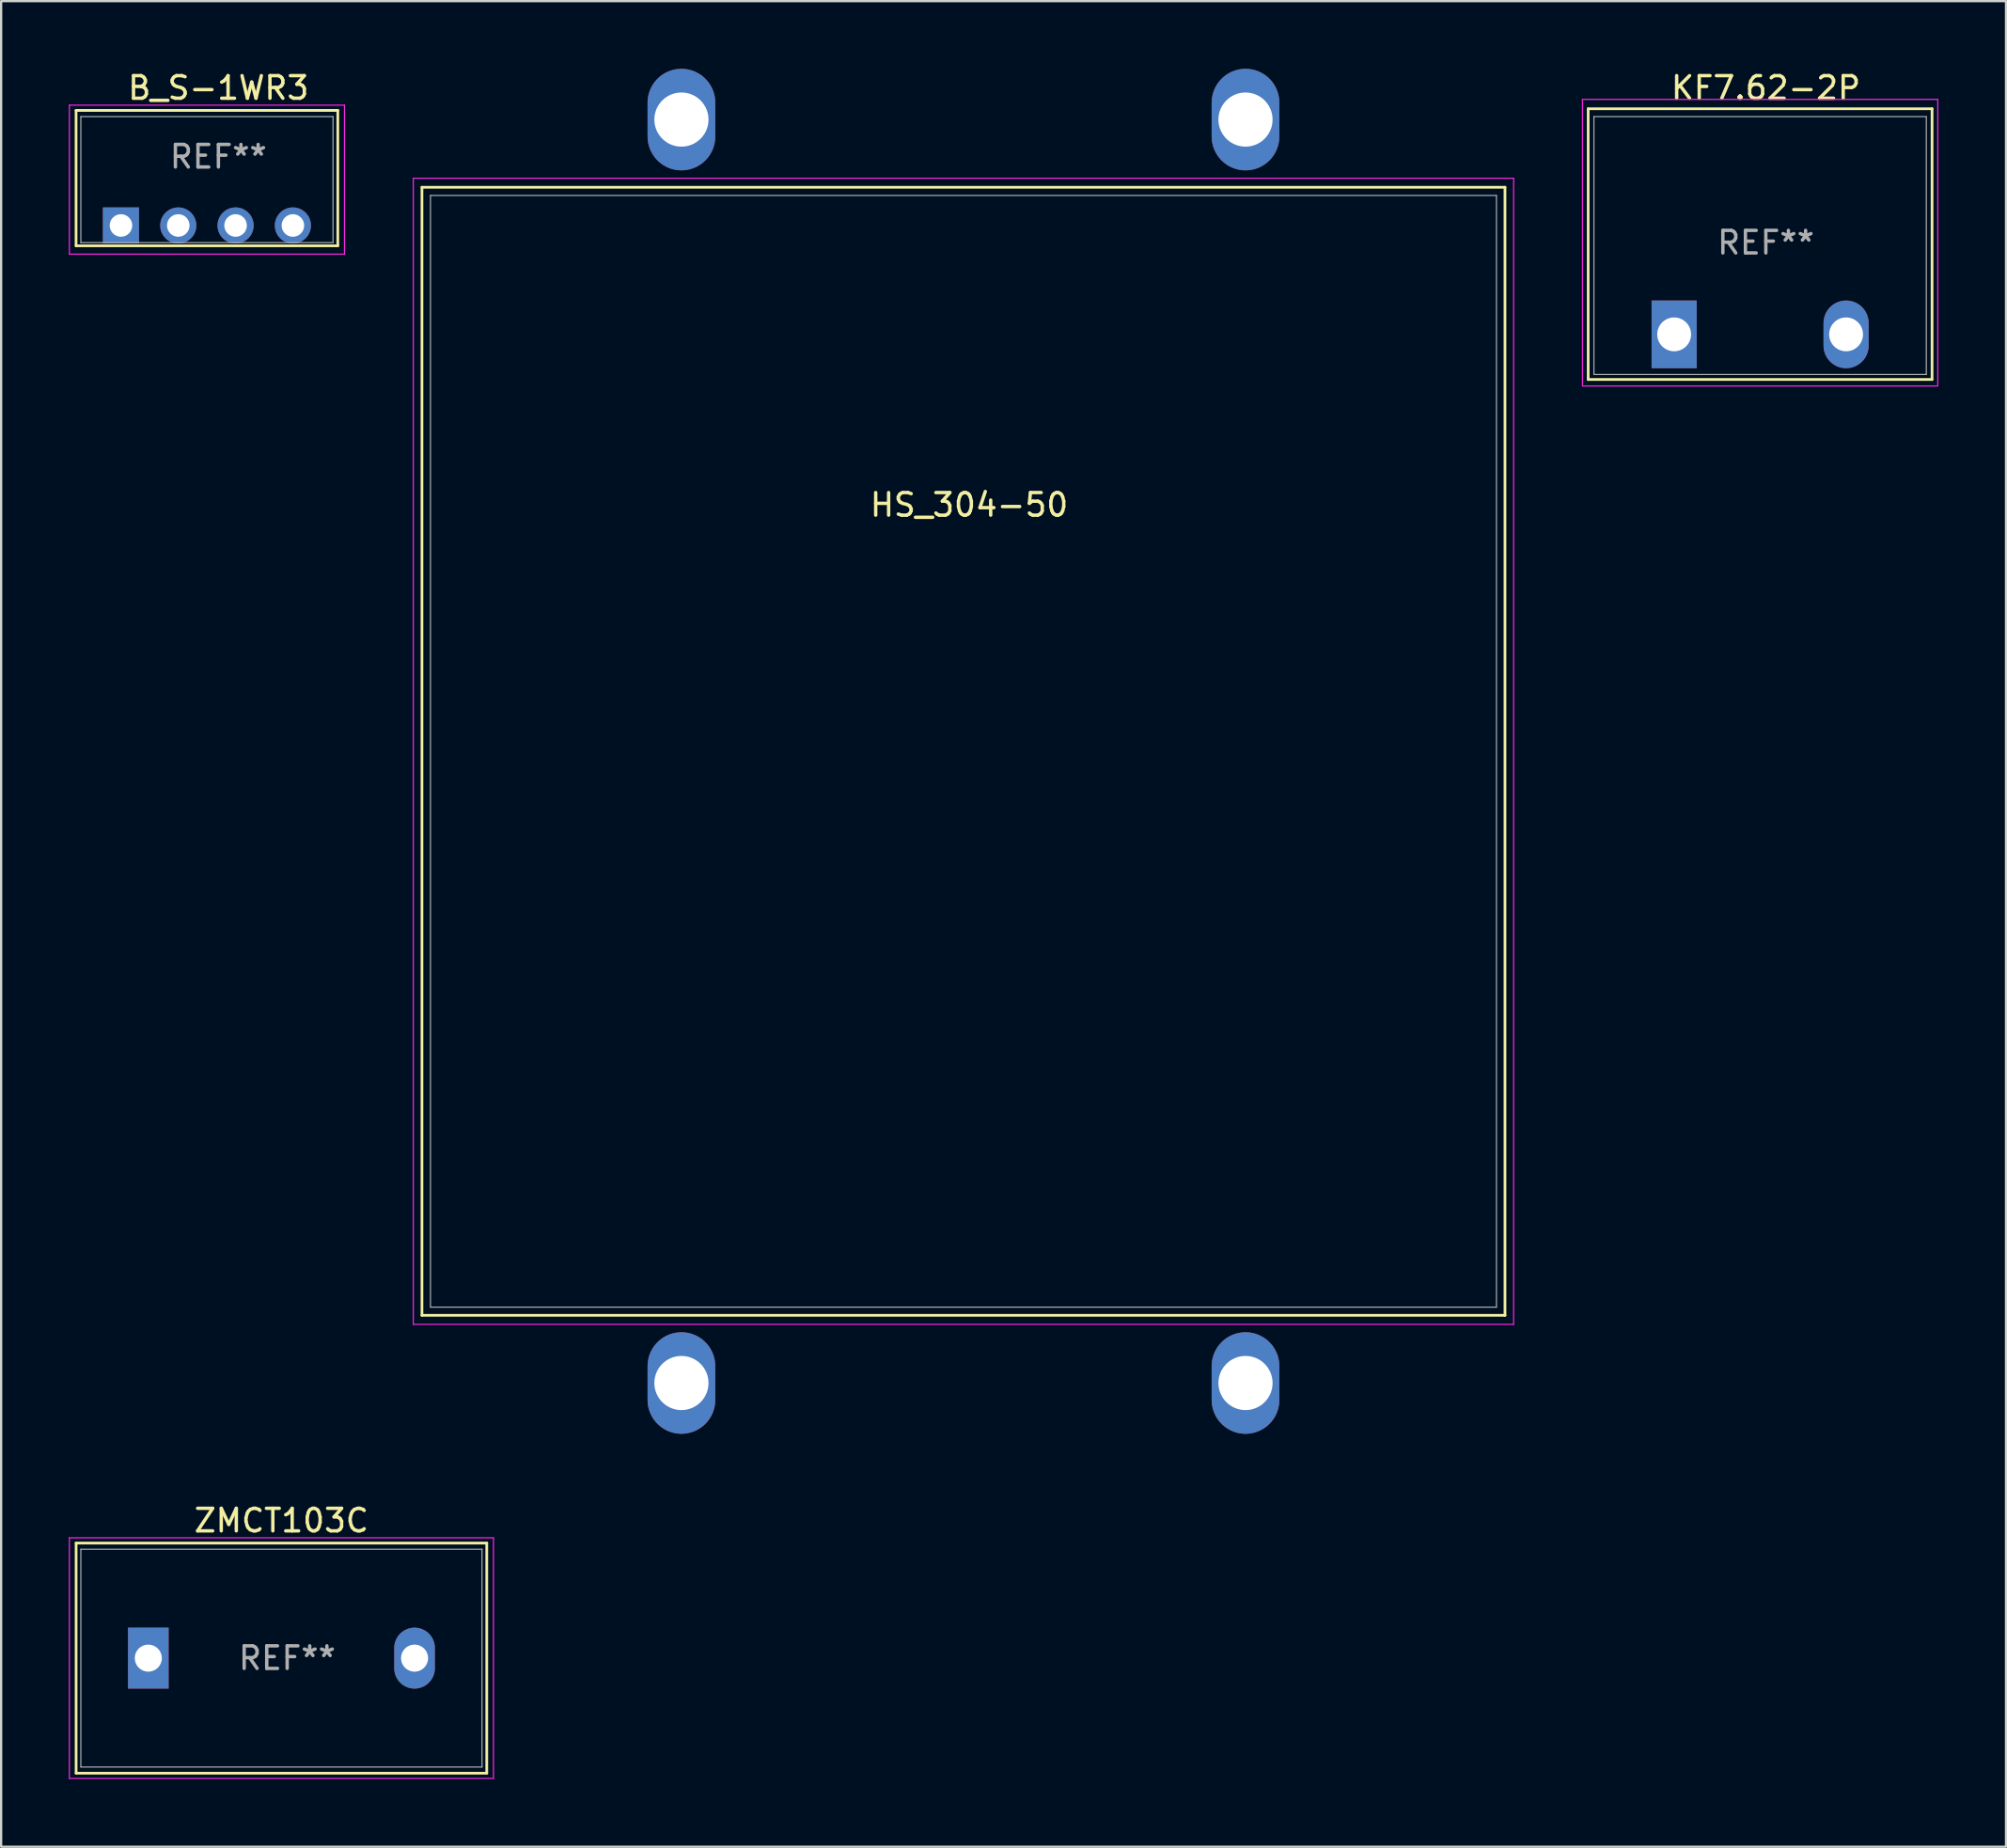
<source format=kicad_pcb>
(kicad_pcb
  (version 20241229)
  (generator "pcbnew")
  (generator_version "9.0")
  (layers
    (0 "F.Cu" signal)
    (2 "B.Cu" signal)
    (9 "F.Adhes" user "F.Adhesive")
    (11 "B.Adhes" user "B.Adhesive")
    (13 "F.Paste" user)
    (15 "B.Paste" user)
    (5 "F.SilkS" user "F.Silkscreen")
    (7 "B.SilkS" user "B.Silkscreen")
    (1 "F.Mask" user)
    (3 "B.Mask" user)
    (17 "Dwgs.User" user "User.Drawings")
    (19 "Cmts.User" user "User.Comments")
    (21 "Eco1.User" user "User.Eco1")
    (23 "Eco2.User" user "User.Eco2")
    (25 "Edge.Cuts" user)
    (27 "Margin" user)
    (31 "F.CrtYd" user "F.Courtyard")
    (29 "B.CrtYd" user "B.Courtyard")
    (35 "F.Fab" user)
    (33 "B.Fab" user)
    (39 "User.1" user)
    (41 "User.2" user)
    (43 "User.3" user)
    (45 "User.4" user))
  (footprint "KF7.62-2P"
    (layer "F.Cu")
    (at 74.959 11.77)
    (property "Reference" "KF7.62-2P" (at 0.254 -10.922 0) (layer "F.SilkS") (effects (font (size 1 1) (thickness 0.15))))
    (attr through_hole)
    (fp_line (start -7.62 -10) (end 7.62 -10) (stroke (width 0.12) (type solid)) (layer "F.SilkS"))
    (fp_line (start -7.62 2) (end -7.62 -10) (stroke (width 0.12) (type solid)) (layer "F.SilkS"))
    (fp_line (start -7.62 2) (end 7.62 2) (stroke (width 0.12) (type solid)) (layer "F.SilkS"))
    (fp_line (start 7.62 -10) (end 7.62 2) (stroke (width 0.12) (type solid)) (layer "F.SilkS"))
    (fp_line (start -7.874 -10.414) (end 7.874 -10.414) (stroke (width 0.05) (type solid)) (layer "F.CrtYd"))
    (fp_line (start -7.874 2.286) (end -7.874 -10.414) (stroke (width 0.05) (type solid)) (layer "F.CrtYd"))
    (fp_line (start 7.874 -10.414) (end 7.874 2.286) (stroke (width 0.05) (type solid)) (layer "F.CrtYd"))
    (fp_line (start 7.874 2.286) (end -7.874 2.286) (stroke (width 0.05) (type solid)) (layer "F.CrtYd"))
    (fp_line (start -7.366 -9.652) (end 7.366 -9.652) (stroke (width 0.05) (type solid)) (layer "F.Fab"))
    (fp_line (start -7.366 1.778) (end -7.366 -9.652) (stroke (width 0.05) (type solid)) (layer "F.Fab"))
    (fp_line (start 7.366 -9.652) (end 7.366 1.778) (stroke (width 0.05) (type solid)) (layer "F.Fab"))
    (fp_line (start 7.366 1.778) (end -7.366 1.778) (stroke (width 0.05) (type solid)) (layer "F.Fab"))
    (fp_text user "REF**" (at 0.254 -4.064 0) (layer "F.Fab") (effects (font (size 1 1) (thickness 0.15))))
    (pad "1" thru_hole trapezoid (at -3.81 0) (size 2 3) (drill 1.5) (layers "*.Cu" "*.Mask"))
    (pad "2" thru_hole oval (at 3.81 0) (size 2 3) (drill 1.5) (layers "*.Cu" "*.Mask")))
  (footprint "B_S-1WR3"
    (layer "F.Cu")
    (at 6.121 6.944)
    (property "Reference" "B_S-1WR3" (at 0.508 -6.096 0) (layer "F.SilkS") (effects (font (size 1 1) (thickness 0.15))))
    (attr through_hole)
    (fp_line (start -5.8 -5.1) (end 5.8 -5.1) (stroke (width 0.12) (type solid)) (layer "F.SilkS"))
    (fp_line (start -5.8 0.9) (end -5.8 -5.1) (stroke (width 0.12) (type solid)) (layer "F.SilkS"))
    (fp_line (start -5.8 0.9) (end 5.8 0.9) (stroke (width 0.12) (type solid)) (layer "F.SilkS"))
    (fp_line (start 5.8 -5.1) (end 5.8 0.9) (stroke (width 0.12) (type solid)) (layer "F.SilkS"))
    (fp_line (start -6.096 -5.334) (end 6.096 -5.334) (stroke (width 0.05) (type solid)) (layer "F.CrtYd"))
    (fp_line (start -6.096 1.27) (end -6.096 -5.334) (stroke (width 0.05) (type solid)) (layer "F.CrtYd"))
    (fp_line (start 6.096 -5.334) (end 6.096 1.27) (stroke (width 0.05) (type solid)) (layer "F.CrtYd"))
    (fp_line (start 6.096 1.27) (end -6.096 1.27) (stroke (width 0.05) (type solid)) (layer "F.CrtYd"))
    (fp_line (start -5.588 -4.826) (end 5.588 -4.826) (stroke (width 0.05) (type solid)) (layer "F.Fab"))
    (fp_line (start -5.588 0.762) (end -5.588 -4.826) (stroke (width 0.05) (type solid)) (layer "F.Fab"))
    (fp_line (start 5.588 -4.826) (end 5.588 0.762) (stroke (width 0.05) (type solid)) (layer "F.Fab"))
    (fp_line (start 5.588 0.762) (end -5.588 0.762) (stroke (width 0.05) (type solid)) (layer "F.Fab"))
    (fp_text user "REF**" (at 0.508 -3.048 0) (layer "F.Fab") (effects (font (size 1 1) (thickness 0.15))))
    (pad "1" thru_hole rect (at -3.81 0) (size 1.6 1.6) (drill 1) (layers "*.Cu" "*.Mask"))
    (pad "2" thru_hole circle (at -1.27 0) (size 1.6 1.6) (drill 1) (layers "*.Cu" "*.Mask"))
    (pad "3" thru_hole circle (at 1.27 0) (size 1.6 1.6) (drill 1) (layers "*.Cu" "*.Mask"))
    (pad "4" thru_hole circle (at 3.81 0) (size 1.6 1.6) (drill 1) (layers "*.Cu" "*.Mask")))
  (footprint "HS_304-50"
    (layer "F.Cu")
    (at 39.651 30.25)
    (property "Reference" "HS_304-50" (at 0.254 -10.922 0) (layer "F.SilkS") (effects (font (size 1 1) (thickness 0.15))))
    (attr through_hole)
    (fp_line (start -24 -25) (end 24 -25) (stroke (width 0.12) (type solid)) (layer "F.SilkS"))
    (fp_line (start -24 25) (end -24 -25) (stroke (width 0.12) (type solid)) (layer "F.SilkS"))
    (fp_line (start -24 25) (end 24 25) (stroke (width 0.12) (type solid)) (layer "F.SilkS"))
    (fp_line (start 24 -25) (end 24 25) (stroke (width 0.12) (type solid)) (layer "F.SilkS"))
    (fp_line (start -24.384 -25.4) (end 24.384 -25.4) (stroke (width 0.05) (type solid)) (layer "F.CrtYd"))
    (fp_line (start -24.384 25.4) (end -24.384 -25.4) (stroke (width 0.05) (type solid)) (layer "F.CrtYd"))
    (fp_line (start 24.384 -25.4) (end 24.384 25.4) (stroke (width 0.05) (type solid)) (layer "F.CrtYd"))
    (fp_line (start 24.384 25.4) (end -24.384 25.4) (stroke (width 0.05) (type solid)) (layer "F.CrtYd"))
    (fp_line (start -23.622 -24.638) (end 23.622 -24.638) (stroke (width 0.05) (type solid)) (layer "F.Fab"))
    (fp_line (start -23.622 24.638) (end -23.622 -24.638) (stroke (width 0.05) (type solid)) (layer "F.Fab"))
    (fp_line (start 23.622 -24.638) (end 23.622 24.638) (stroke (width 0.05) (type solid)) (layer "F.Fab"))
    (fp_line (start 23.622 24.638) (end -23.622 24.638) (stroke (width 0.05) (type solid)) (layer "F.Fab"))
    (pad "" thru_hole oval (at -12.5 -28) (size 3 4.5) (drill 2.4) (layers "*.Cu" "*.Mask"))
    (pad "" thru_hole oval (at -12.5 28) (size 3 4.5) (drill 2.4) (layers "*.Cu" "*.Mask"))
    (pad "" thru_hole oval (at 12.5 -28) (size 3 4.5) (drill 2.4) (layers "*.Cu" "*.Mask"))
    (pad "" thru_hole oval (at 12.5 28) (size 3 4.5) (drill 2.4) (layers "*.Cu" "*.Mask")))
  (footprint "ZMCT103C"
    (layer "F.Cu")
    (at 9.423 70.444)
    (property "Reference" "ZMCT103C" (at 0 -6.096 0) (layer "F.SilkS") (effects (font (size 1 1) (thickness 0.15))))
    (attr through_hole)
    (fp_line (start -9.1 -5.1) (end 9.1 -5.1) (stroke (width 0.12) (type solid)) (layer "F.SilkS"))
    (fp_line (start -9.1 5.1) (end -9.1 -5.1) (stroke (width 0.12) (type solid)) (layer "F.SilkS"))
    (fp_line (start -9.1 5.1) (end 9.1 5.1) (stroke (width 0.12) (type solid)) (layer "F.SilkS"))
    (fp_line (start 9.1 -5.1) (end 9.1 5.1) (stroke (width 0.12) (type solid)) (layer "F.SilkS"))
    (fp_line (start -9.398 -5.334) (end 9.398 -5.334) (stroke (width 0.05) (type solid)) (layer "F.CrtYd"))
    (fp_line (start -9.398 5.334) (end -9.398 -5.334) (stroke (width 0.05) (type solid)) (layer "F.CrtYd"))
    (fp_line (start 9.398 -5.334) (end 9.398 5.334) (stroke (width 0.05) (type solid)) (layer "F.CrtYd"))
    (fp_line (start 9.398 5.334) (end -9.398 5.334) (stroke (width 0.05) (type solid)) (layer "F.CrtYd"))
    (fp_line (start -8.89 -4.826) (end 8.89 -4.826) (stroke (width 0.05) (type solid)) (layer "F.Fab"))
    (fp_line (start -8.89 4.826) (end -8.89 -4.826) (stroke (width 0.05) (type solid)) (layer "F.Fab"))
    (fp_line (start 8.89 -4.826) (end 8.89 4.826) (stroke (width 0.05) (type solid)) (layer "F.Fab"))
    (fp_line (start 8.89 4.826) (end -8.89 4.826) (stroke (width 0.05) (type solid)) (layer "F.Fab"))
    (fp_text user "REF**" (at 0.254 0 0) (layer "F.Fab") (effects (font (size 1 1) (thickness 0.15))))
    (pad "1" thru_hole trapezoid (at -5.9 0) (size 1.8 2.7) (drill 1.2) (layers "*.Cu" "*.Mask"))
    (pad "2" thru_hole oval (at 5.9 0) (size 1.8 2.7) (drill 1.2) (layers "*.Cu" "*.Mask")))
  (gr_rect
    (start -3 -3)
    (end 85.858 78.803)
    (stroke (width 0.1) (type default))
    (fill no)
    (layer "Edge.Cuts")))
</source>
